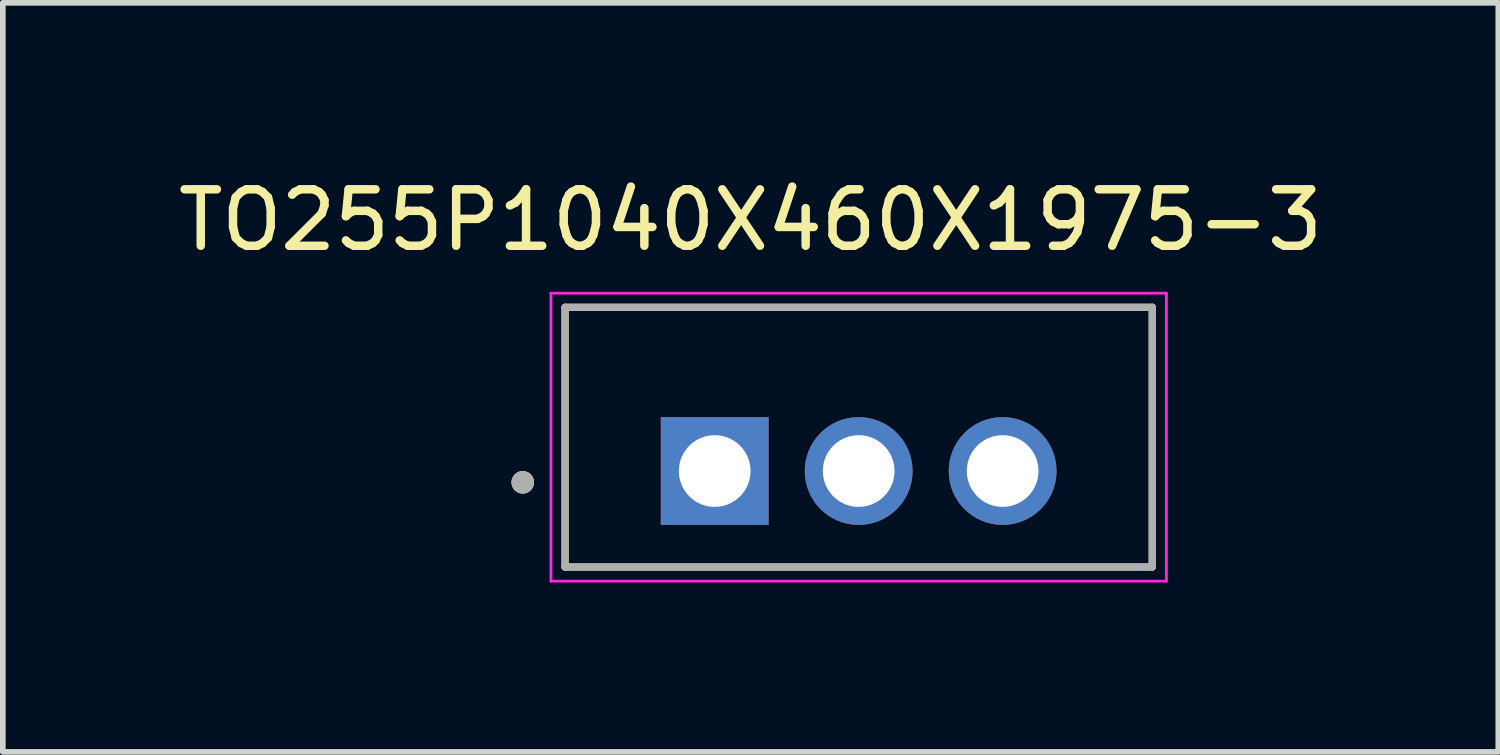
<source format=kicad_pcb>
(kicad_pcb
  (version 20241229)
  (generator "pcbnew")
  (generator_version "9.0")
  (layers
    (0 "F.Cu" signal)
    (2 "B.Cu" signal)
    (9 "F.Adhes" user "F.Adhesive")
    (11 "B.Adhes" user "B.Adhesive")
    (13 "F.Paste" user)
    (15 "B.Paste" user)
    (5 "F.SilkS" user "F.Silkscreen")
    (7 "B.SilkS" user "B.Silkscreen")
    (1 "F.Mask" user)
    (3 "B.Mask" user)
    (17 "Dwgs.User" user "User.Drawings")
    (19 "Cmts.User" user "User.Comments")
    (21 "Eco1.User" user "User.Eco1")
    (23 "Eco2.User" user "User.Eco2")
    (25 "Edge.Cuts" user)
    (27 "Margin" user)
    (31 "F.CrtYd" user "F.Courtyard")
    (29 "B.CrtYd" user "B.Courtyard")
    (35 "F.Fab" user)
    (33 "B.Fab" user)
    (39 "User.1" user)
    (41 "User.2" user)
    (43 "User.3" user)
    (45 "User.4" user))
  (footprint "TO255P1040X460X1975-3"
    (layer "F.Cu")
    (at 9.609 5.293)
    (property "Reference" "TO255P1040X460X1975-3" (at 0.635 -4.445 0) (layer "F.SilkS") (effects (font (size 1 1) (thickness 0.15))))
    (attr through_hole)
    (fp_line (start -2.65 -2.9) (end 7.75 -2.9) (stroke (width 0.127) (type solid)) (layer "F.SilkS"))
    (fp_line (start -2.65 1.7) (end -2.65 -2.9) (stroke (width 0.127) (type solid)) (layer "F.SilkS"))
    (fp_line (start 7.75 -2.9) (end 7.75 1.7) (stroke (width 0.127) (type solid)) (layer "F.SilkS"))
    (fp_line (start 7.75 1.7) (end -2.65 1.7) (stroke (width 0.127) (type solid)) (layer "F.SilkS"))
    (fp_circle (center -3.4 0.2) (end -3.3 0.2) (stroke (width 0.2) (type solid)) (fill no) (layer "F.SilkS"))
    (fp_line (start -2.9 -3.15) (end 8 -3.15) (stroke (width 0.05) (type solid)) (layer "F.CrtYd"))
    (fp_line (start -2.9 1.95) (end -2.9 -3.15) (stroke (width 0.05) (type solid)) (layer "F.CrtYd"))
    (fp_line (start 8 -3.15) (end 8 1.95) (stroke (width 0.05) (type solid)) (layer "F.CrtYd"))
    (fp_line (start 8 1.95) (end -2.9 1.95) (stroke (width 0.05) (type solid)) (layer "F.CrtYd"))
    (fp_line (start -2.65 -2.9) (end 7.75 -2.9) (stroke (width 0.127) (type solid)) (layer "F.Fab"))
    (fp_line (start -2.65 1.7) (end -2.65 -2.9) (stroke (width 0.127) (type solid)) (layer "F.Fab"))
    (fp_line (start 7.75 -2.9) (end 7.75 1.7) (stroke (width 0.127) (type solid)) (layer "F.Fab"))
    (fp_line (start 7.75 1.7) (end -2.65 1.7) (stroke (width 0.127) (type solid)) (layer "F.Fab"))
    (fp_circle (center -3.4 0.2) (end -3.3 0.2) (stroke (width 0.2) (type solid)) (fill no) (layer "F.Fab"))
    (pad "1" thru_hole rect (at 0 0) (size 1.91 1.91) (drill 1.27) (layers "*.Cu" "*.Mask"))
    (pad "2" thru_hole circle (at 2.55 0) (size 1.91 1.91) (drill 1.27) (layers "*.Cu" "*.Mask"))
    (pad "3" thru_hole circle (at 5.1 0) (size 1.91 1.91) (drill 1.27) (layers "*.Cu" "*.Mask")))
  (gr_rect
    (start -3 -3)
    (end 23.488 10.268)
    (stroke (width 0.1) (type default))
    (fill no)
    (layer "Edge.Cuts")))
</source>
